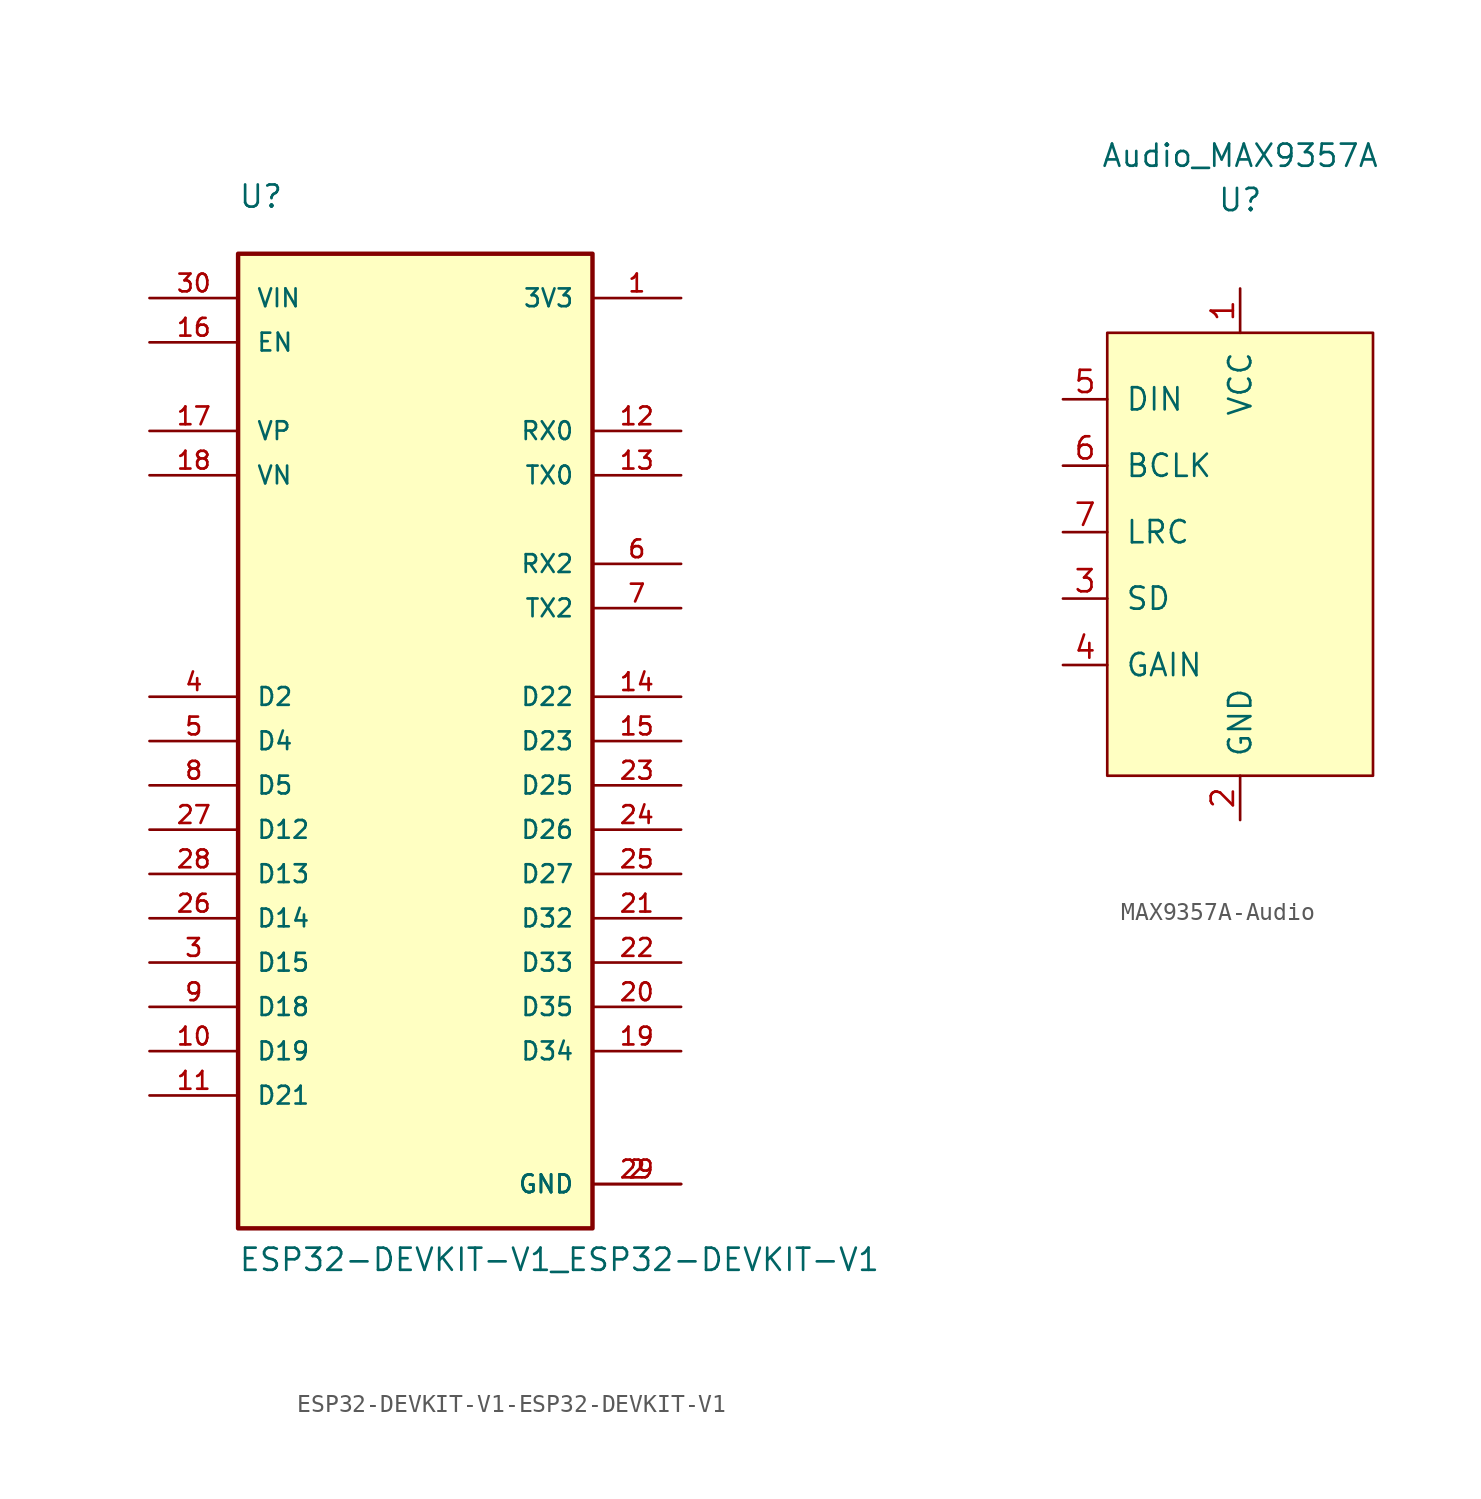
<source format=kicad_sym>
(kicad_symbol_lib
  (version 20220914)
  (generator kicad_symbol_editor)
  (symbol "ESP32-DEVKIT-V1-ESP32-DEVKIT-V1"
    (pin_names
      (offset 1.016))
    (property "Reference" "U"
      (at -10.16 30.48 0)
      (effects (font (size 1.27 1.27)) (justify left bottom)))
    (property "Value" "ESP32-DEVKIT-V1_ESP32-DEVKIT-V1"
      (at -10.16 -30.48 0)
      (effects (font (size 1.27 1.27)) (justify left bottom)))
    (property "ki_locked" ""
      (at 0 0 0)
      (effects (font (size 1.27 1.27))))
    (symbol "ESP32-DEVKIT-V1-ESP32-DEVKIT-V1_0_0"
      (rectangle (start -10.16 -27.94) (end 10.16 27.94) (stroke (width 0.254) (type solid)) (fill (type background)))
      (pin output line (at 15.24 25.4 180) (length 5.08) (name "3V3" (effects (font (size 1.016 1.016)))) (number "1" (effects (font (size 1.016 1.016)))))
      (pin bidirectional line (at -15.24 -17.78 0) (length 5.08) (name "D19" (effects (font (size 1.016 1.016)))) (number "10" (effects (font (size 1.016 1.016)))))
      (pin bidirectional line (at -15.24 -20.32 0) (length 5.08) (name "D21" (effects (font (size 1.016 1.016)))) (number "11" (effects (font (size 1.016 1.016)))))
      (pin input line (at 15.24 17.78 180) (length 5.08) (name "RX0" (effects (font (size 1.016 1.016)))) (number "12" (effects (font (size 1.016 1.016)))))
      (pin output line (at 15.24 15.24 180) (length 5.08) (name "TX0" (effects (font (size 1.016 1.016)))) (number "13" (effects (font (size 1.016 1.016)))))
      (pin bidirectional line (at 15.24 2.54 180) (length 5.08) (name "D22" (effects (font (size 1.016 1.016)))) (number "14" (effects (font (size 1.016 1.016)))))
      (pin bidirectional line (at 15.24 0 180) (length 5.08) (name "D23" (effects (font (size 1.016 1.016)))) (number "15" (effects (font (size 1.016 1.016)))))
      (pin input line (at -15.24 22.86 0) (length 5.08) (name "EN" (effects (font (size 1.016 1.016)))) (number "16" (effects (font (size 1.016 1.016)))))
      (pin bidirectional line (at -15.24 17.78 0) (length 5.08) (name "VP" (effects (font (size 1.016 1.016)))) (number "17" (effects (font (size 1.016 1.016)))))
      (pin bidirectional line (at -15.24 15.24 0) (length 5.08) (name "VN" (effects (font (size 1.016 1.016)))) (number "18" (effects (font (size 1.016 1.016)))))
      (pin bidirectional line (at 15.24 -17.78 180) (length 5.08) (name "D34" (effects (font (size 1.016 1.016)))) (number "19" (effects (font (size 1.016 1.016)))))
      (pin power_in line (at 15.24 -25.4 180) (length 5.08) (name "GND" (effects (font (size 1.016 1.016)))) (number "2" (effects (font (size 1.016 1.016)))))
      (pin bidirectional line (at 15.24 -15.24 180) (length 5.08) (name "D35" (effects (font (size 1.016 1.016)))) (number "20" (effects (font (size 1.016 1.016)))))
      (pin bidirectional line (at 15.24 -10.16 180) (length 5.08) (name "D32" (effects (font (size 1.016 1.016)))) (number "21" (effects (font (size 1.016 1.016)))))
      (pin bidirectional line (at 15.24 -12.7 180) (length 5.08) (name "D33" (effects (font (size 1.016 1.016)))) (number "22" (effects (font (size 1.016 1.016)))))
      (pin bidirectional line (at 15.24 -2.54 180) (length 5.08) (name "D25" (effects (font (size 1.016 1.016)))) (number "23" (effects (font (size 1.016 1.016)))))
      (pin bidirectional line (at 15.24 -5.08 180) (length 5.08) (name "D26" (effects (font (size 1.016 1.016)))) (number "24" (effects (font (size 1.016 1.016)))))
      (pin bidirectional line (at 15.24 -7.62 180) (length 5.08) (name "D27" (effects (font (size 1.016 1.016)))) (number "25" (effects (font (size 1.016 1.016)))))
      (pin bidirectional line (at -15.24 -10.16 0) (length 5.08) (name "D14" (effects (font (size 1.016 1.016)))) (number "26" (effects (font (size 1.016 1.016)))))
      (pin bidirectional line (at -15.24 -5.08 0) (length 5.08) (name "D12" (effects (font (size 1.016 1.016)))) (number "27" (effects (font (size 1.016 1.016)))))
      (pin bidirectional line (at -15.24 -7.62 0) (length 5.08) (name "D13" (effects (font (size 1.016 1.016)))) (number "28" (effects (font (size 1.016 1.016)))))
      (pin power_in line (at 15.24 -25.4 180) (length 5.08) (name "GND" (effects (font (size 1.016 1.016)))) (number "29" (effects (font (size 1.016 1.016)))))
      (pin bidirectional line (at -15.24 -12.7 0) (length 5.08) (name "D15" (effects (font (size 1.016 1.016)))) (number "3" (effects (font (size 1.016 1.016)))))
      (pin input line (at -15.24 25.4 0) (length 5.08) (name "VIN" (effects (font (size 1.016 1.016)))) (number "30" (effects (font (size 1.016 1.016)))))
      (pin bidirectional line (at -15.24 2.54 0) (length 5.08) (name "D2" (effects (font (size 1.016 1.016)))) (number "4" (effects (font (size 1.016 1.016)))))
      (pin bidirectional line (at -15.24 0 0) (length 5.08) (name "D4" (effects (font (size 1.016 1.016)))) (number "5" (effects (font (size 1.016 1.016)))))
      (pin input line (at 15.24 10.16 180) (length 5.08) (name "RX2" (effects (font (size 1.016 1.016)))) (number "6" (effects (font (size 1.016 1.016)))))
      (pin output line (at 15.24 7.62 180) (length 5.08) (name "TX2" (effects (font (size 1.016 1.016)))) (number "7" (effects (font (size 1.016 1.016)))))
      (pin bidirectional line (at -15.24 -2.54 0) (length 5.08) (name "D5" (effects (font (size 1.016 1.016)))) (number "8" (effects (font (size 1.016 1.016)))))
      (pin bidirectional line (at -15.24 -15.24 0) (length 5.08) (name "D18" (effects (font (size 1.016 1.016)))) (number "9" (effects (font (size 1.016 1.016)))))))
  (symbol "MAX9357A-Audio"
    (pin_names
      (offset 1.016))
    (property "Reference" "U"
      (at 0 0 0)
      (effects (font (size 1.27 1.27))))
    (property "Value" "Audio_MAX9357A"
      (at 0 2.54 0)
      (effects (font (size 1.27 1.27))))
    (symbol "MAX9357A-Audio_0_1"
      (rectangle (start -7.62 -7.62) (end 7.62 -33.02) (stroke (width 0) (type solid)) (fill (type background))))
    (symbol "MAX9357A-Audio_1_1"
      (pin input line (at 0 -5.08 270) (length 2.54) (name "VCC" (effects (font (size 1.27 1.27)))) (number "1" (effects (font (size 1.27 1.27)))))
      (pin input line (at 0 -35.56 90) (length 2.54) (name "GND" (effects (font (size 1.27 1.27)))) (number "2" (effects (font (size 1.27 1.27)))))
      (pin input line (at -10.16 -22.86 0) (length 2.54) (name "SD" (effects (font (size 1.27 1.27)))) (number "3" (effects (font (size 1.27 1.27)))))
      (pin input line (at -10.16 -26.67 0) (length 2.54) (name "GAIN" (effects (font (size 1.27 1.27)))) (number "4" (effects (font (size 1.27 1.27)))))
      (pin unspecified line (at -10.16 -11.43 0) (length 2.54) (name "DIN" (effects (font (size 1.27 1.27)))) (number "5" (effects (font (size 1.27 1.27)))))
      (pin input line (at -10.16 -15.24 0) (length 2.54) (name "BCLK" (effects (font (size 1.27 1.27)))) (number "6" (effects (font (size 1.27 1.27)))))
      (pin input line (at -10.16 -19.05 0) (length 2.54) (name "LRC" (effects (font (size 1.27 1.27)))) (number "7" (effects (font (size 1.27 1.27))))))))
</source>
